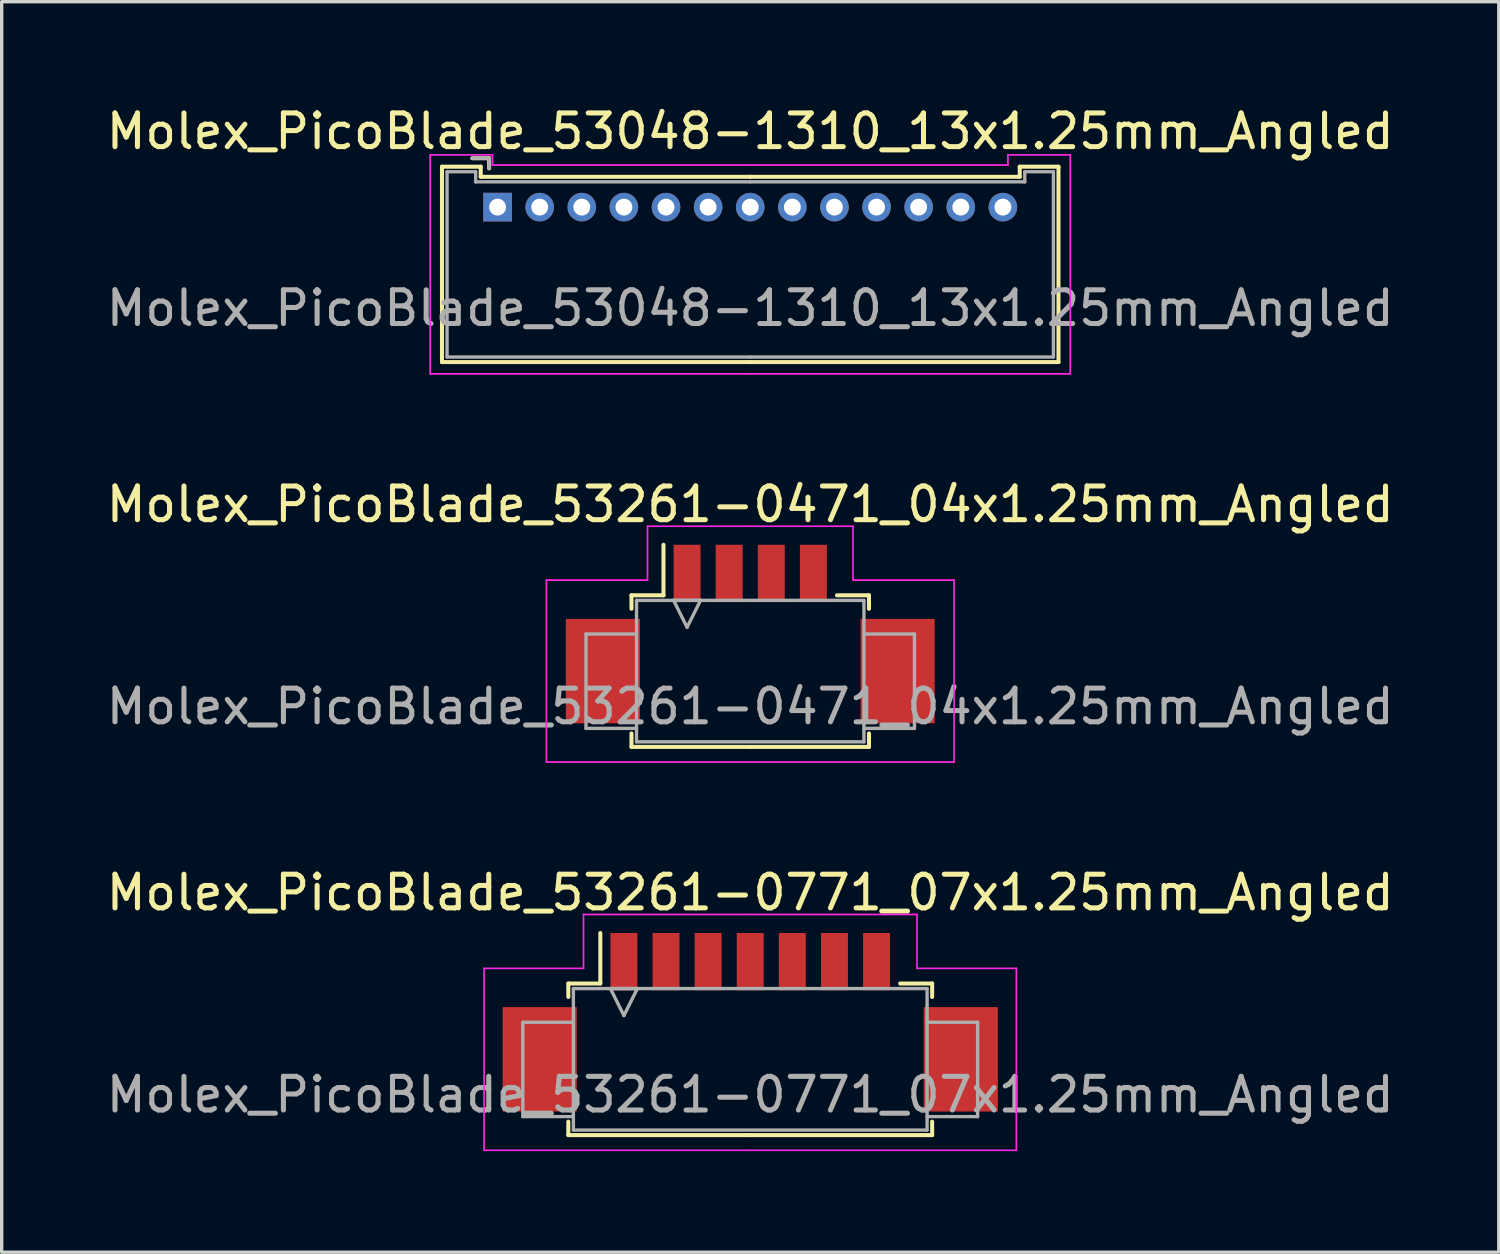
<source format=kicad_pcb>
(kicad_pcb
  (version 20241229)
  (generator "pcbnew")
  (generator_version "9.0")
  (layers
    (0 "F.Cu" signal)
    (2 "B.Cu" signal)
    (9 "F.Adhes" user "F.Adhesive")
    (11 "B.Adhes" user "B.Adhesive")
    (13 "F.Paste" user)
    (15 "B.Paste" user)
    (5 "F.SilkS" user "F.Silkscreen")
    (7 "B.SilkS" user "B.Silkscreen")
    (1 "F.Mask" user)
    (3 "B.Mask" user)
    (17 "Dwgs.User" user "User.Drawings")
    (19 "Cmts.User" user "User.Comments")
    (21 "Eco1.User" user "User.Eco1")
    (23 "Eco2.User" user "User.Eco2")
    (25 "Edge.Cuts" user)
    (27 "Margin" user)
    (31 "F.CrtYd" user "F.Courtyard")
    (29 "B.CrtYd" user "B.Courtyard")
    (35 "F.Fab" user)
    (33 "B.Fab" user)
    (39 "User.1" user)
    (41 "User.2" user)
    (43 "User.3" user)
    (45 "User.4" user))
  (footprint "Molex_PicoBlade_53048-1310_13x1.25mm_Angled"
    (layer "F.Cu")
    (at 11.72 3.098)
    (property "Reference" "Molex_PicoBlade_53048-1310_13x1.25mm_Angled" (at 7.5 -2.25 0) (layer "F.SilkS") (effects (font (size 1 1) (thickness 0.15))))
    (attr through_hole)
    (fp_line (start -1.65 -1.2) (end -1.65 4.6) (stroke (width 0.12) (type solid)) (layer "F.SilkS"))
    (fp_line (start -1.65 4.6) (end 7.5 4.6) (stroke (width 0.12) (type solid)) (layer "F.SilkS"))
    (fp_line (start -0.5 -1.2) (end -1.65 -1.2) (stroke (width 0.12) (type solid)) (layer "F.SilkS"))
    (fp_line (start -0.5 -0.9) (end -0.5 -1.2) (stroke (width 0.12) (type solid)) (layer "F.SilkS"))
    (fp_line (start -0.25 -1.45) (end -0.75 -1.45) (stroke (width 0.12) (type solid)) (layer "F.SilkS"))
    (fp_line (start -0.25 -1.15) (end -0.25 -1.45) (stroke (width 0.12) (type solid)) (layer "F.SilkS"))
    (fp_line (start 7.5 -0.9) (end -0.5 -0.9) (stroke (width 0.12) (type solid)) (layer "F.SilkS"))
    (fp_line (start 7.5 -0.9) (end 15.5 -0.9) (stroke (width 0.12) (type solid)) (layer "F.SilkS"))
    (fp_line (start 15.5 -1.2) (end 16.65 -1.2) (stroke (width 0.12) (type solid)) (layer "F.SilkS"))
    (fp_line (start 15.5 -0.9) (end 15.5 -1.2) (stroke (width 0.12) (type solid)) (layer "F.SilkS"))
    (fp_line (start 16.65 -1.2) (end 16.65 4.6) (stroke (width 0.12) (type solid)) (layer "F.SilkS"))
    (fp_line (start 16.65 4.6) (end 7.5 4.6) (stroke (width 0.12) (type solid)) (layer "F.SilkS"))
    (fp_line (start -2 -1.55) (end -2 4.95) (stroke (width 0.05) (type solid)) (layer "F.CrtYd"))
    (fp_line (start -2 4.95) (end 7.5 4.95) (stroke (width 0.05) (type solid)) (layer "F.CrtYd"))
    (fp_line (start -0.15 -1.55) (end -2 -1.55) (stroke (width 0.05) (type solid)) (layer "F.CrtYd"))
    (fp_line (start -0.15 -1.25) (end -0.15 -1.55) (stroke (width 0.05) (type solid)) (layer "F.CrtYd"))
    (fp_line (start 7.5 -1.25) (end -0.15 -1.25) (stroke (width 0.05) (type solid)) (layer "F.CrtYd"))
    (fp_line (start 7.5 -1.25) (end 15.15 -1.25) (stroke (width 0.05) (type solid)) (layer "F.CrtYd"))
    (fp_line (start 15.15 -1.55) (end 17 -1.55) (stroke (width 0.05) (type solid)) (layer "F.CrtYd"))
    (fp_line (start 15.15 -1.25) (end 15.15 -1.55) (stroke (width 0.05) (type solid)) (layer "F.CrtYd"))
    (fp_line (start 17 -1.55) (end 17 4.95) (stroke (width 0.05) (type solid)) (layer "F.CrtYd"))
    (fp_line (start 17 4.95) (end 7.5 4.95) (stroke (width 0.05) (type solid)) (layer "F.CrtYd"))
    (fp_line (start -1.5 -1.05) (end -1.5 4.45) (stroke (width 0.1) (type solid)) (layer "F.Fab"))
    (fp_line (start -1.5 4.45) (end 7.5 4.45) (stroke (width 0.1) (type solid)) (layer "F.Fab"))
    (fp_line (start -0.65 -1.05) (end -1.5 -1.05) (stroke (width 0.1) (type solid)) (layer "F.Fab"))
    (fp_line (start -0.65 -0.75) (end -0.65 -1.05) (stroke (width 0.1) (type solid)) (layer "F.Fab"))
    (fp_line (start -0.25 -1.45) (end -0.75 -1.45) (stroke (width 0.1) (type solid)) (layer "F.Fab"))
    (fp_line (start -0.25 -1.15) (end -0.25 -1.45) (stroke (width 0.1) (type solid)) (layer "F.Fab"))
    (fp_line (start 7.5 -0.75) (end -0.65 -0.75) (stroke (width 0.1) (type solid)) (layer "F.Fab"))
    (fp_line (start 7.5 -0.75) (end 15.65 -0.75) (stroke (width 0.1) (type solid)) (layer "F.Fab"))
    (fp_line (start 15.65 -1.05) (end 16.5 -1.05) (stroke (width 0.1) (type solid)) (layer "F.Fab"))
    (fp_line (start 15.65 -0.75) (end 15.65 -1.05) (stroke (width 0.1) (type solid)) (layer "F.Fab"))
    (fp_line (start 16.5 -1.05) (end 16.5 4.45) (stroke (width 0.1) (type solid)) (layer "F.Fab"))
    (fp_line (start 16.5 4.45) (end 7.5 4.45) (stroke (width 0.1) (type solid)) (layer "F.Fab"))
    (fp_text user "${REFERENCE}" (at 7.5 3 0) (layer "F.Fab") (effects (font (size 1 1) (thickness 0.15))))
    (pad "1" thru_hole rect (at 0 0) (size 0.85 0.85) (drill 0.5) (layers "*.Cu" "*.Mask"))
    (pad "2" thru_hole circle (at 1.25 0) (size 0.85 0.85) (drill 0.5) (layers "*.Cu" "*.Mask"))
    (pad "3" thru_hole circle (at 2.5 0) (size 0.85 0.85) (drill 0.5) (layers "*.Cu" "*.Mask"))
    (pad "4" thru_hole circle (at 3.75 0) (size 0.85 0.85) (drill 0.5) (layers "*.Cu" "*.Mask"))
    (pad "5" thru_hole circle (at 5 0) (size 0.85 0.85) (drill 0.5) (layers "*.Cu" "*.Mask"))
    (pad "6" thru_hole circle (at 6.25 0) (size 0.85 0.85) (drill 0.5) (layers "*.Cu" "*.Mask"))
    (pad "7" thru_hole circle (at 7.5 0) (size 0.85 0.85) (drill 0.5) (layers "*.Cu" "*.Mask"))
    (pad "8" thru_hole circle (at 8.75 0) (size 0.85 0.85) (drill 0.5) (layers "*.Cu" "*.Mask"))
    (pad "9" thru_hole circle (at 10 0) (size 0.85 0.85) (drill 0.5) (layers "*.Cu" "*.Mask"))
    (pad "10" thru_hole circle (at 11.25 0) (size 0.85 0.85) (drill 0.5) (layers "*.Cu" "*.Mask"))
    (pad "11" thru_hole circle (at 12.5 0) (size 0.85 0.85) (drill 0.5) (layers "*.Cu" "*.Mask"))
    (pad "12" thru_hole circle (at 13.75 0) (size 0.85 0.85) (drill 0.5) (layers "*.Cu" "*.Mask"))
    (pad "13" thru_hole circle (at 15 0) (size 0.85 0.85) (drill 0.5) (layers "*.Cu" "*.Mask")))
  (footprint "Molex_PicoBlade_53261-0471_04x1.25mm_Angled"
    (layer "F.Cu")
    (at 19.22 15.421)
    (property "Reference" "Molex_PicoBlade_53261-0471_04x1.25mm_Angled" (at 0 -3.5 0) (layer "F.SilkS") (effects (font (size 1 1) (thickness 0.15))))
    (attr smd)
    (fp_line (start -3.525 -0.8) (end -3.525 -0.4) (stroke (width 0.12) (type solid)) (layer "F.SilkS"))
    (fp_line (start -3.525 3.3) (end -3.525 3.7) (stroke (width 0.12) (type solid)) (layer "F.SilkS"))
    (fp_line (start -3.525 3.7) (end 0 3.7) (stroke (width 0.12) (type solid)) (layer "F.SilkS"))
    (fp_line (start -2.575 -0.8) (end -3.525 -0.8) (stroke (width 0.12) (type solid)) (layer "F.SilkS"))
    (fp_line (start -2.575 -0.8) (end -2.575 -2.3) (stroke (width 0.12) (type solid)) (layer "F.SilkS"))
    (fp_line (start 2.575 -0.8) (end 3.525 -0.8) (stroke (width 0.12) (type solid)) (layer "F.SilkS"))
    (fp_line (start 3.525 -0.8) (end 3.525 -0.4) (stroke (width 0.12) (type solid)) (layer "F.SilkS"))
    (fp_line (start 3.525 3.3) (end 3.525 3.7) (stroke (width 0.12) (type solid)) (layer "F.SilkS"))
    (fp_line (start 3.525 3.7) (end 0 3.7) (stroke (width 0.12) (type solid)) (layer "F.SilkS"))
    (fp_line (start -6.05 -1.25) (end -6.05 4.15) (stroke (width 0.05) (type solid)) (layer "F.CrtYd"))
    (fp_line (start -6.05 4.15) (end 0 4.15) (stroke (width 0.05) (type solid)) (layer "F.CrtYd"))
    (fp_line (start -3.05 -2.85) (end -3.05 -1.25) (stroke (width 0.05) (type solid)) (layer "F.CrtYd"))
    (fp_line (start -3.05 -1.25) (end -6.05 -1.25) (stroke (width 0.05) (type solid)) (layer "F.CrtYd"))
    (fp_line (start 0 -2.85) (end -3.05 -2.85) (stroke (width 0.05) (type solid)) (layer "F.CrtYd"))
    (fp_line (start 0 -2.85) (end 3.05 -2.85) (stroke (width 0.05) (type solid)) (layer "F.CrtYd"))
    (fp_line (start 3.05 -2.85) (end 3.05 -1.25) (stroke (width 0.05) (type solid)) (layer "F.CrtYd"))
    (fp_line (start 3.05 -1.25) (end 6.05 -1.25) (stroke (width 0.05) (type solid)) (layer "F.CrtYd"))
    (fp_line (start 6.05 -1.25) (end 6.05 4.15) (stroke (width 0.05) (type solid)) (layer "F.CrtYd"))
    (fp_line (start 6.05 4.15) (end 0 4.15) (stroke (width 0.05) (type solid)) (layer "F.CrtYd"))
    (fp_line (start -4.875 0.35) (end -4.875 3.15) (stroke (width 0.1) (type solid)) (layer "F.Fab"))
    (fp_line (start -4.875 3.15) (end -3.375 3.15) (stroke (width 0.1) (type solid)) (layer "F.Fab"))
    (fp_line (start -3.375 -0.65) (end 3.375 -0.65) (stroke (width 0.1) (type solid)) (layer "F.Fab"))
    (fp_line (start -3.375 0.35) (end -4.875 0.35) (stroke (width 0.1) (type solid)) (layer "F.Fab"))
    (fp_line (start -3.375 3.55) (end -3.375 -0.65) (stroke (width 0.1) (type solid)) (layer "F.Fab"))
    (fp_line (start -2.275 -0.65) (end -1.875 0.15) (stroke (width 0.1) (type solid)) (layer "F.Fab"))
    (fp_line (start -1.875 0.15) (end -1.475 -0.65) (stroke (width 0.1) (type solid)) (layer "F.Fab"))
    (fp_line (start -1.475 -0.65) (end -2.275 -0.65) (stroke (width 0.1) (type solid)) (layer "F.Fab"))
    (fp_line (start 3.375 -0.65) (end 3.375 3.55) (stroke (width 0.1) (type solid)) (layer "F.Fab"))
    (fp_line (start 3.375 0.35) (end 4.875 0.35) (stroke (width 0.1) (type solid)) (layer "F.Fab"))
    (fp_line (start 3.375 3.55) (end -3.375 3.55) (stroke (width 0.1) (type solid)) (layer "F.Fab"))
    (fp_line (start 4.875 0.35) (end 4.875 3.15) (stroke (width 0.1) (type solid)) (layer "F.Fab"))
    (fp_line (start 4.875 3.15) (end 3.375 3.15) (stroke (width 0.1) (type solid)) (layer "F.Fab"))
    (fp_text user "${REFERENCE}" (at 0 2.5 0) (layer "F.Fab") (effects (font (size 1 1) (thickness 0.15))))
    (pad "" smd rect (at -4.375 1.45) (size 2.2 3.1) (layers "F.Cu" "F.Mask" "F.Paste"))
    (pad "" smd rect (at 4.375 1.45) (size 2.2 3.1) (layers "F.Cu" "F.Mask" "F.Paste"))
    (pad "1" smd rect (at -1.875 -1.45) (size 0.8 1.7) (layers "F.Cu" "F.Mask" "F.Paste"))
    (pad "2" smd rect (at -0.625 -1.45) (size 0.8 1.7) (layers "F.Cu" "F.Mask" "F.Paste"))
    (pad "3" smd rect (at 0.625 -1.45) (size 0.8 1.7) (layers "F.Cu" "F.Mask" "F.Paste"))
    (pad "4" smd rect (at 1.875 -1.45) (size 0.8 1.7) (layers "F.Cu" "F.Mask" "F.Paste")))
  (footprint "Molex_PicoBlade_53261-0771_07x1.25mm_Angled"
    (layer "F.Cu")
    (at 19.22 26.945)
    (property "Reference" "Molex_PicoBlade_53261-0771_07x1.25mm_Angled" (at 0 -3.5 0) (layer "F.SilkS") (effects (font (size 1 1) (thickness 0.15))))
    (attr smd)
    (fp_line (start -5.4 -0.8) (end -5.4 -0.4) (stroke (width 0.12) (type solid)) (layer "F.SilkS"))
    (fp_line (start -5.4 3.3) (end -5.4 3.7) (stroke (width 0.12) (type solid)) (layer "F.SilkS"))
    (fp_line (start -5.4 3.7) (end 0 3.7) (stroke (width 0.12) (type solid)) (layer "F.SilkS"))
    (fp_line (start -4.45 -0.8) (end -5.4 -0.8) (stroke (width 0.12) (type solid)) (layer "F.SilkS"))
    (fp_line (start -4.45 -0.8) (end -4.45 -2.3) (stroke (width 0.12) (type solid)) (layer "F.SilkS"))
    (fp_line (start 4.45 -0.8) (end 5.4 -0.8) (stroke (width 0.12) (type solid)) (layer "F.SilkS"))
    (fp_line (start 5.4 -0.8) (end 5.4 -0.4) (stroke (width 0.12) (type solid)) (layer "F.SilkS"))
    (fp_line (start 5.4 3.3) (end 5.4 3.7) (stroke (width 0.12) (type solid)) (layer "F.SilkS"))
    (fp_line (start 5.4 3.7) (end 0 3.7) (stroke (width 0.12) (type solid)) (layer "F.SilkS"))
    (fp_line (start -7.9 -1.25) (end -7.9 4.15) (stroke (width 0.05) (type solid)) (layer "F.CrtYd"))
    (fp_line (start -7.9 4.15) (end 0 4.15) (stroke (width 0.05) (type solid)) (layer "F.CrtYd"))
    (fp_line (start -4.95 -2.85) (end -4.95 -1.25) (stroke (width 0.05) (type solid)) (layer "F.CrtYd"))
    (fp_line (start -4.95 -1.25) (end -7.9 -1.25) (stroke (width 0.05) (type solid)) (layer "F.CrtYd"))
    (fp_line (start 0 -2.85) (end -4.95 -2.85) (stroke (width 0.05) (type solid)) (layer "F.CrtYd"))
    (fp_line (start 0 -2.85) (end 4.95 -2.85) (stroke (width 0.05) (type solid)) (layer "F.CrtYd"))
    (fp_line (start 4.95 -2.85) (end 4.95 -1.25) (stroke (width 0.05) (type solid)) (layer "F.CrtYd"))
    (fp_line (start 4.95 -1.25) (end 7.9 -1.25) (stroke (width 0.05) (type solid)) (layer "F.CrtYd"))
    (fp_line (start 7.9 -1.25) (end 7.9 4.15) (stroke (width 0.05) (type solid)) (layer "F.CrtYd"))
    (fp_line (start 7.9 4.15) (end 0 4.15) (stroke (width 0.05) (type solid)) (layer "F.CrtYd"))
    (fp_line (start -6.75 0.35) (end -6.75 3.15) (stroke (width 0.1) (type solid)) (layer "F.Fab"))
    (fp_line (start -6.75 3.15) (end -5.25 3.15) (stroke (width 0.1) (type solid)) (layer "F.Fab"))
    (fp_line (start -5.25 -0.65) (end 5.25 -0.65) (stroke (width 0.1) (type solid)) (layer "F.Fab"))
    (fp_line (start -5.25 0.35) (end -6.75 0.35) (stroke (width 0.1) (type solid)) (layer "F.Fab"))
    (fp_line (start -5.25 3.55) (end -5.25 -0.65) (stroke (width 0.1) (type solid)) (layer "F.Fab"))
    (fp_line (start -4.15 -0.65) (end -3.75 0.15) (stroke (width 0.1) (type solid)) (layer "F.Fab"))
    (fp_line (start -3.75 0.15) (end -3.35 -0.65) (stroke (width 0.1) (type solid)) (layer "F.Fab"))
    (fp_line (start -3.35 -0.65) (end -4.15 -0.65) (stroke (width 0.1) (type solid)) (layer "F.Fab"))
    (fp_line (start 5.25 -0.65) (end 5.25 3.55) (stroke (width 0.1) (type solid)) (layer "F.Fab"))
    (fp_line (start 5.25 0.35) (end 6.75 0.35) (stroke (width 0.1) (type solid)) (layer "F.Fab"))
    (fp_line (start 5.25 3.55) (end -5.25 3.55) (stroke (width 0.1) (type solid)) (layer "F.Fab"))
    (fp_line (start 6.75 0.35) (end 6.75 3.15) (stroke (width 0.1) (type solid)) (layer "F.Fab"))
    (fp_line (start 6.75 3.15) (end 5.25 3.15) (stroke (width 0.1) (type solid)) (layer "F.Fab"))
    (fp_text user "${REFERENCE}" (at 0 2.5 0) (layer "F.Fab") (effects (font (size 1 1) (thickness 0.15))))
    (pad "" smd rect (at -6.25 1.45) (size 2.2 3.1) (layers "F.Cu" "F.Mask" "F.Paste"))
    (pad "" smd rect (at 6.25 1.45) (size 2.2 3.1) (layers "F.Cu" "F.Mask" "F.Paste"))
    (pad "1" smd rect (at -3.75 -1.45) (size 0.8 1.7) (layers "F.Cu" "F.Mask" "F.Paste"))
    (pad "2" smd rect (at -2.5 -1.45) (size 0.8 1.7) (layers "F.Cu" "F.Mask" "F.Paste"))
    (pad "3" smd rect (at -1.25 -1.45) (size 0.8 1.7) (layers "F.Cu" "F.Mask" "F.Paste"))
    (pad "4" smd rect (at 0 -1.45) (size 0.8 1.7) (layers "F.Cu" "F.Mask" "F.Paste"))
    (pad "5" smd rect (at 1.25 -1.45) (size 0.8 1.7) (layers "F.Cu" "F.Mask" "F.Paste"))
    (pad "6" smd rect (at 2.5 -1.45) (size 0.8 1.7) (layers "F.Cu" "F.Mask" "F.Paste"))
    (pad "7" smd rect (at 3.75 -1.45) (size 0.8 1.7) (layers "F.Cu" "F.Mask" "F.Paste")))
  (gr_rect
    (start -3 -3)
    (end 41.44 34.12)
    (stroke (width 0.1) (type default))
    (fill no)
    (layer "Edge.Cuts")))
</source>
